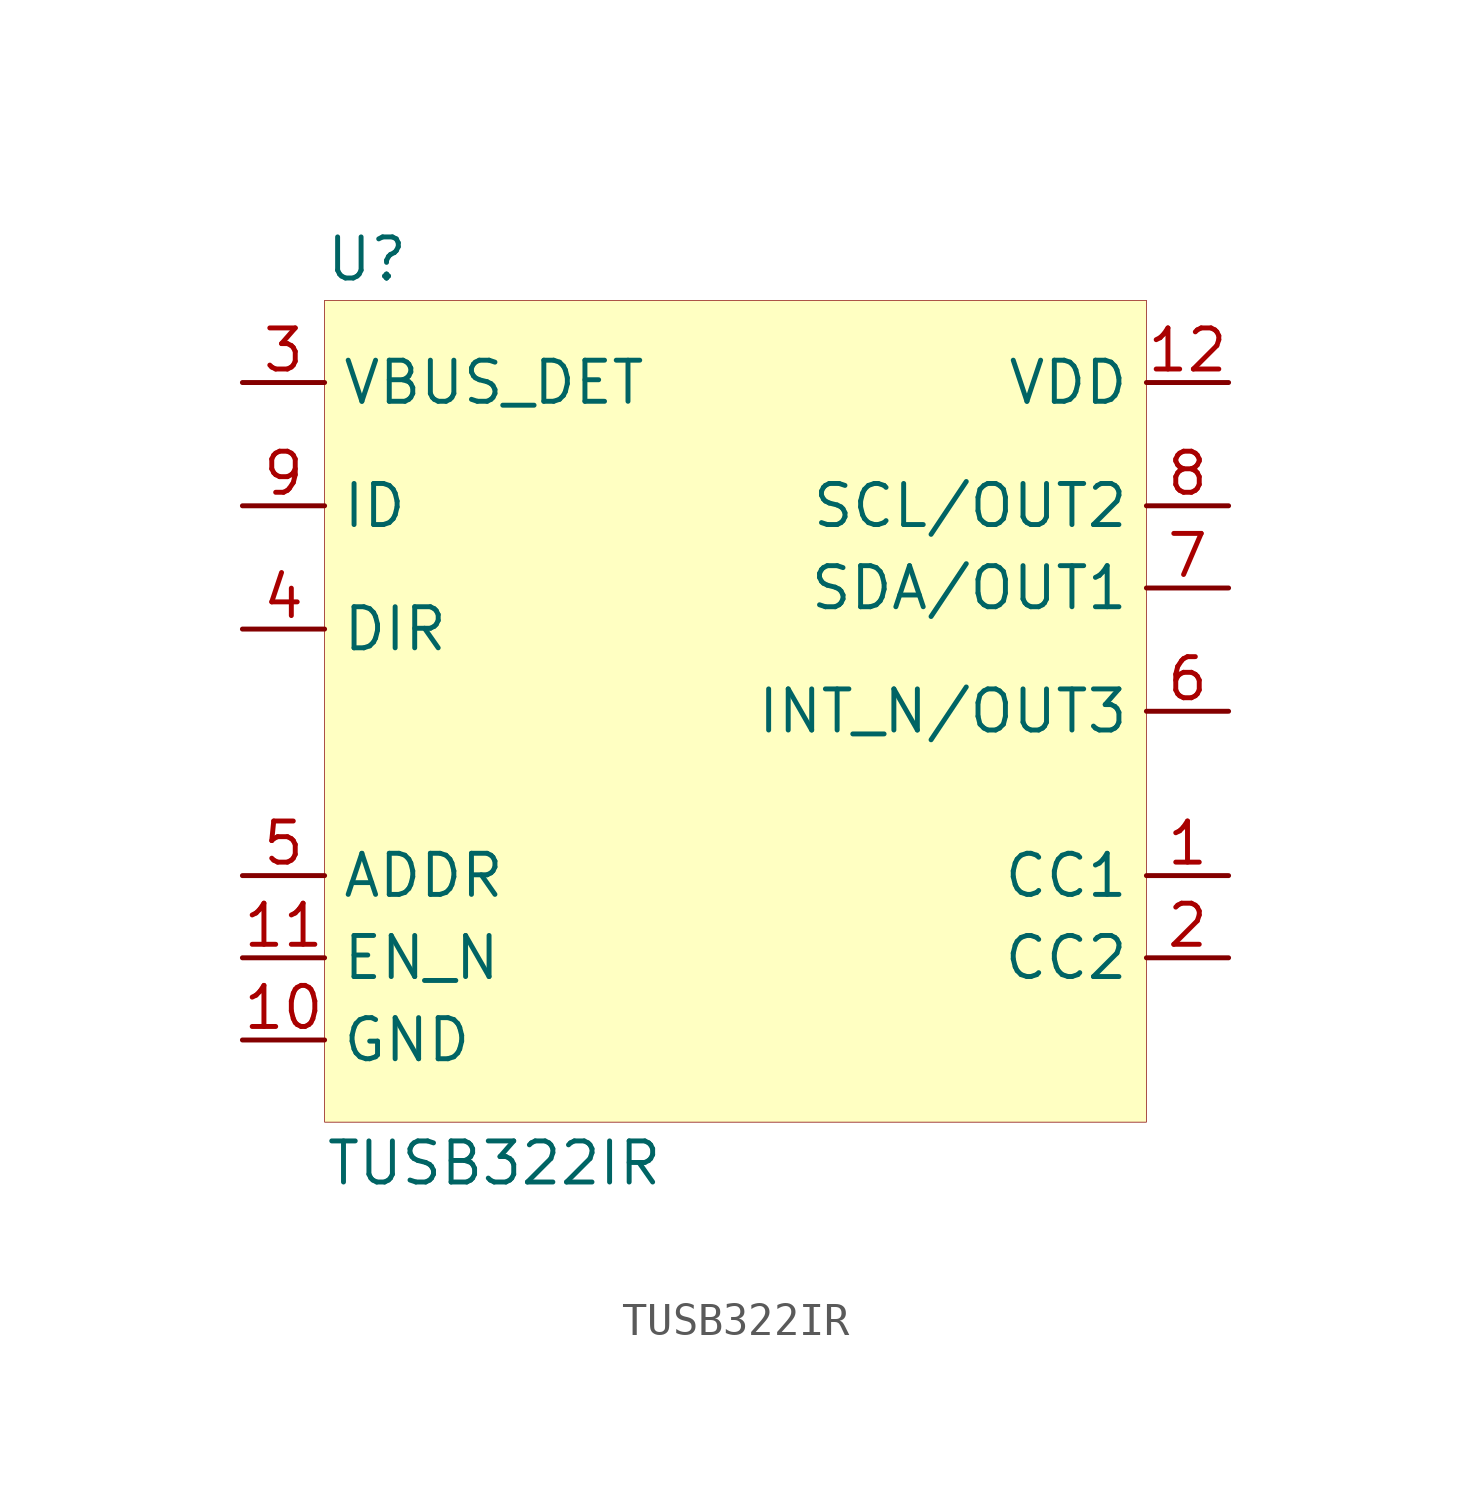
<source format=kicad_sym>
(kicad_symbol_lib
  (version 20201005)
  (generator kicad_symbol_editor)
  (symbol "beaglebone-ai:TUSB322IR"
    (property "Reference" "U"
      (at -12.7 13.97 0)
      (effects (font (size 1.27 1.27)) (justify left)))
    (property "Value" "TUSB322IR"
      (at -12.7 -13.97 0)
      (effects (font (size 1.27 1.27)) (justify left)))
    (symbol "TUSB322IR_0_1"
      (rectangle (start -12.7 12.7) (end 12.7 -12.7) (stroke (width 0.001)) (fill (type background))))
    (symbol "TUSB322IR_1_1"
      (pin power_in line (at -15.24 10.16 0) (length 2.54) (name "VBUS_DET" (effects (font (size 1.27 1.27)))) (number "3" (effects (font (size 1.27 1.27)))))
      (pin input line (at -15.24 6.35 0) (length 2.54) (name "ID" (effects (font (size 1.27 1.27)))) (number "9" (effects (font (size 1.27 1.27)))))
      (pin input line (at -15.24 2.54 0) (length 2.54) (name "DIR" (effects (font (size 1.27 1.27)))) (number "4" (effects (font (size 1.27 1.27)))))
      (pin input line (at -15.24 -5.08 0) (length 2.54) (name "ADDR" (effects (font (size 1.27 1.27)))) (number "5" (effects (font (size 1.27 1.27)))))
      (pin input line (at -15.24 -7.62 0) (length 2.54) (name "EN_N" (effects (font (size 1.27 1.27)))) (number "11" (effects (font (size 1.27 1.27)))))
      (pin power_in line (at -15.24 -10.16 0) (length 2.54) (name "GND" (effects (font (size 1.27 1.27)))) (number "10" (effects (font (size 1.27 1.27)))))
      (pin power_in line (at 15.24 10.16 180) (length 2.54) (name "VDD" (effects (font (size 1.27 1.27)))) (number "12" (effects (font (size 1.27 1.27)))))
      (pin input line (at 15.24 6.35 180) (length 2.54) (name "SCL/OUT2" (effects (font (size 1.27 1.27)))) (number "8" (effects (font (size 1.27 1.27)))))
      (pin bidirectional line (at 15.24 3.81 180) (length 2.54) (name "SDA/OUT1" (effects (font (size 1.27 1.27)))) (number "7" (effects (font (size 1.27 1.27)))))
      (pin bidirectional line (at 15.24 0 180) (length 2.54) (name "INT_N/OUT3" (effects (font (size 1.27 1.27)))) (number "6" (effects (font (size 1.27 1.27)))))
      (pin passive line (at 15.24 -5.08 180) (length 2.54) (name "CC1" (effects (font (size 1.27 1.27)))) (number "1" (effects (font (size 1.27 1.27)))))
      (pin passive line (at 15.24 -7.62 180) (length 2.54) (name "CC2" (effects (font (size 1.27 1.27)))) (number "2" (effects (font (size 1.27 1.27))))))))
</source>
